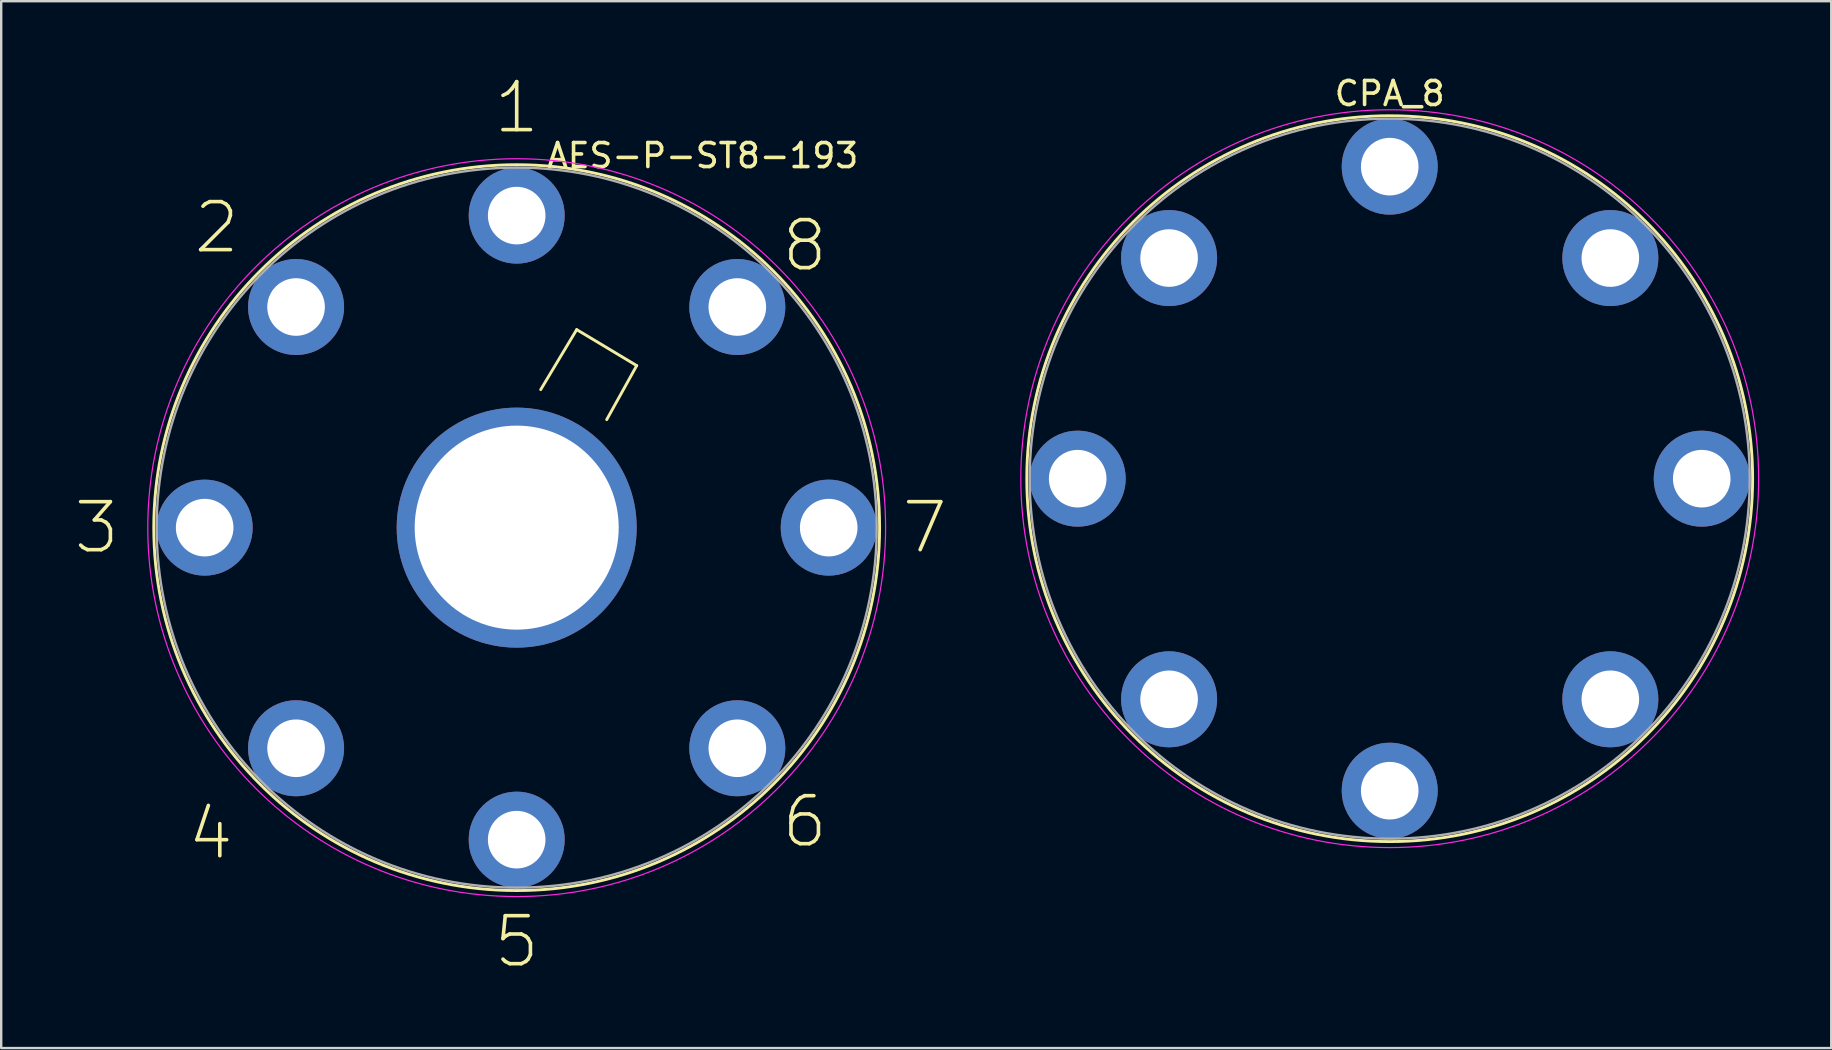
<source format=kicad_pcb>
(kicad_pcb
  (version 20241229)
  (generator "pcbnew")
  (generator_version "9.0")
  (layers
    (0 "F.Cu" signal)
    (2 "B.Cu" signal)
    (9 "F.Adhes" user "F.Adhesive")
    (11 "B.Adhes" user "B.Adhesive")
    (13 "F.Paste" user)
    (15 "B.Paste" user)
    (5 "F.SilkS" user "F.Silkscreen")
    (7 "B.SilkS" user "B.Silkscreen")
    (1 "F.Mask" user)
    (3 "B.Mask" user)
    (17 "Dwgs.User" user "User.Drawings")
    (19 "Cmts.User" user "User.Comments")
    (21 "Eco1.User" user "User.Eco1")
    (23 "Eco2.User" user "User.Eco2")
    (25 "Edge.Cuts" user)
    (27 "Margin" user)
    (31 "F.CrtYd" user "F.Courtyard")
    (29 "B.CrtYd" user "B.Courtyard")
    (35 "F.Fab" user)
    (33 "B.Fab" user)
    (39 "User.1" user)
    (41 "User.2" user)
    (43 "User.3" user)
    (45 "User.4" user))
  (footprint "CPA_8"
    (layer "F.Cu")
    (at 54.85 16.893)
    (property "Reference" "CPA_8" (at 0 -16.045 0) (layer "F.SilkS") (effects (font (size 1 1) (thickness 0.15))))
    (fp_circle (center 0 0) (end 0 15.12) (stroke (width 0.12) (type solid)) (fill no) (layer "F.SilkS"))
    (fp_circle (center 0 0) (end 0 15.37) (stroke (width 0.05) (type solid)) (fill no) (layer "F.CrtYd"))
    (fp_circle (center 0 0) (end 0 15) (stroke (width 0.1) (type solid)) (fill no) (layer "F.Fab"))
    (pad "1" thru_hole oval (at 0 -13) (size 4 4) (drill 2.4) (layers "*.Cu" "*.Mask"))
    (pad "2" thru_hole oval (at -9.192 -9.192) (size 4 4) (drill 2.4) (layers "*.Cu" "*.Mask"))
    (pad "3" thru_hole oval (at -13 0) (size 4 4) (drill 2.4) (layers "*.Cu" "*.Mask"))
    (pad "4" thru_hole oval (at -9.192 9.192) (size 4 4) (drill 2.4) (layers "*.Cu" "*.Mask"))
    (pad "5" thru_hole oval (at 0 13) (size 4 4) (drill 2.4) (layers "*.Cu" "*.Mask"))
    (pad "6" thru_hole oval (at 9.192 9.192) (size 4 4) (drill 2.4) (layers "*.Cu" "*.Mask"))
    (pad "7" thru_hole oval (at 13 0) (size 4 4) (drill 2.4) (layers "*.Cu" "*.Mask"))
    (pad "8" thru_hole oval (at 9.192 -9.192) (size 4 4) (drill 2.4) (layers "*.Cu" "*.Mask")))
  (footprint "AES-P-ST8-193"
    (layer "F.Cu")
    (at 18.477 18.933)
    (property "Reference" "AES-P-ST8-193" (at 7.75 -15.5 0) (layer "F.SilkS") (effects (font (size 1 1) (thickness 0.15))))
    (fp_line (start 1 -5.75) (end 2.5 -8.25) (stroke (width 0.12) (type solid)) (layer "F.SilkS"))
    (fp_line (start 2.5 -8.25) (end 5 -6.75) (stroke (width 0.12) (type solid)) (layer "F.SilkS"))
    (fp_line (start 5 -6.75) (end 3.75 -4.5) (stroke (width 0.12) (type solid)) (layer "F.SilkS"))
    (fp_circle (center 0 0) (end 0 15.12) (stroke (width 0.12) (type solid)) (fill no) (layer "F.SilkS"))
    (fp_circle (center 0 0) (end 0 15.37) (stroke (width 0.05) (type solid)) (fill no) (layer "F.CrtYd"))
    (fp_circle (center 0 0) (end 0 15) (stroke (width 0.1) (type solid)) (fill no) (layer "F.Fab"))
    (fp_text user "1" (at 0 -17.5 0) (unlocked yes) (layer "F.SilkS") (effects (font (size 2 2) (thickness 0.15))))
    (fp_text user "2" (at -12.5 -12.5 0) (unlocked yes) (layer "F.SilkS") (effects (font (size 2 2) (thickness 0.15))))
    (fp_text user "3" (at -17.5 0 0) (unlocked yes) (layer "F.SilkS") (effects (font (size 2 2) (thickness 0.15))))
    (fp_text user "4" (at -12.75 12.75 0) (unlocked yes) (layer "F.SilkS") (effects (font (size 2 2) (thickness 0.15))))
    (fp_text user "8" (at 12 -11.75 0) (unlocked yes) (layer "F.SilkS") (effects (font (size 2 2) (thickness 0.15))))
    (fp_text user "7" (at 17 0 0) (unlocked yes) (layer "F.SilkS") (effects (font (size 2 2) (thickness 0.15))))
    (fp_text user "5" (at 0 17.25 0) (unlocked yes) (layer "F.SilkS") (effects (font (size 2 2) (thickness 0.15))))
    (fp_text user "6" (at 12 12.25 0) (unlocked yes) (layer "F.SilkS") (effects (font (size 2 2) (thickness 0.15))))
    (pad "1" thru_hole oval (at 0 -13) (size 4 4) (drill 2.4) (layers "*.Cu" "*.Mask"))
    (pad "2" thru_hole oval (at -9.192 -9.192) (size 4 4) (drill 2.4) (layers "*.Cu" "*.Mask"))
    (pad "3" thru_hole oval (at -13 0) (size 4 4) (drill 2.4) (layers "*.Cu" "*.Mask"))
    (pad "4" thru_hole oval (at -9.192 9.192) (size 4 4) (drill 2.4) (layers "*.Cu" "*.Mask"))
    (pad "5" thru_hole oval (at 0 13) (size 4 4) (drill 2.4) (layers "*.Cu" "*.Mask"))
    (pad "6" thru_hole oval (at 9.192 9.192) (size 4 4) (drill 2.4) (layers "*.Cu" "*.Mask"))
    (pad "7" thru_hole oval (at 13 0) (size 4 4) (drill 2.4) (layers "*.Cu" "*.Mask"))
    (pad "8" thru_hole oval (at 9.192 -9.192) (size 4 4) (drill 2.4) (layers "*.Cu" "*.Mask"))
    (pad "9" thru_hole circle (at 0 0) (size 10 10) (drill 8.5) (layers "*.Cu" "*.Mask")))
  (gr_rect
    (start -3 -3)
    (end 73.245 40.617)
    (stroke (width 0.1) (type default))
    (fill no)
    (layer "Edge.Cuts")))
</source>
